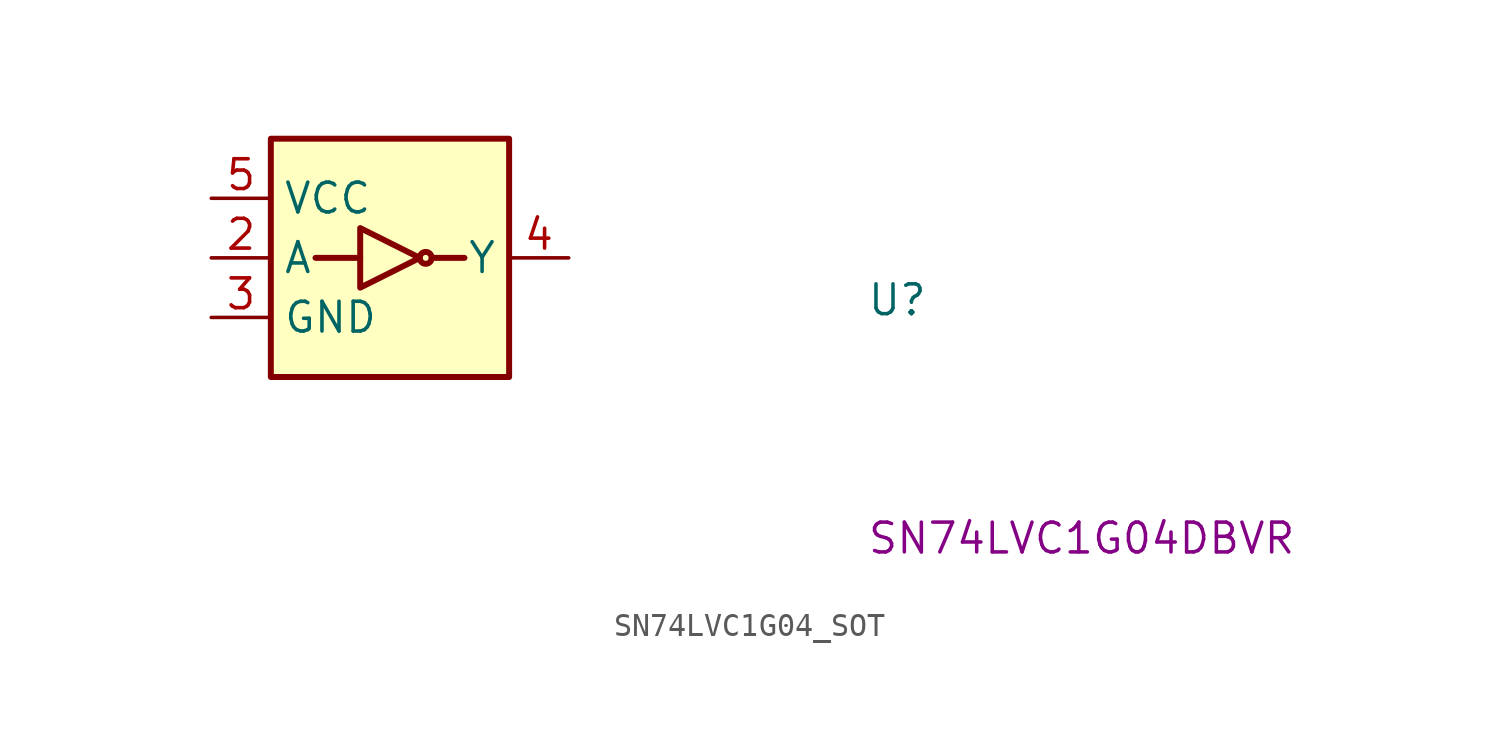
<source format=kicad_sym>
(kicad_symbol_lib
  (version 20211014)
  (generator kicad_symbol_editor)
  (symbol "SN74LVC1G04_SOT"
    (property "Reference" "U"
      (at 27.94 -5.08 0)
      (effects (font (size 1.27 1.27) (thickness 0.15)) (justify left bottom)))
    (property "MPN" "SN74LVC1G04DBVR"
      (at 27.94 -15.24 0)
      (effects (font (size 1.27 1.27) (thickness 0.15)) (justify left bottom)))
    (symbol "SN74LVC1G04_SOT_1_1"
      (polyline (pts (xy 6.35 -2.54) (xy 4.445 -2.54)) (stroke (width 0.254) (type default) (color 0 0 0 0)) (fill (type background)))
      (polyline (pts (xy 10.795 -2.54) (xy 9.398 -2.54)) (stroke (width 0.254) (type default) (color 0 0 0 0)) (fill (type background)))
      (polyline (pts (xy 6.35 -1.27) (xy 6.35 -3.81) (xy 8.89 -2.54) (xy 6.35 -1.27)) (stroke (width 0.254) (type default) (color 0 0 0 0)) (fill (type background)))
      (rectangle (start 2.54 2.54) (end 12.7 -7.62) (stroke (width 0.254) (type default) (color 0 0 0 0)) (fill (type background)))
      (circle (center 9.144 -2.54) (radius 0.254) (stroke (width 0.254) (type default) (color 0 0 0 0)) (fill (type none)))
      (pin no_connect line (at 12.7 -5.08 180) (length 2.54) hide (name "NC" (effects (font (size 1.27 1.27)))) (number "1" (effects (font (size 1.27 1.27)))))
      (pin input line (at 0 -2.54 0) (length 2.54) (name "A" (effects (font (size 1.27 1.27)))) (number "2" (effects (font (size 1.27 1.27)))))
      (pin power_in line (at 0 -5.08 0) (length 2.54) (name "GND" (effects (font (size 1.27 1.27)))) (number "3" (effects (font (size 1.27 1.27)))))
      (pin output line (at 15.24 -2.54 180) (length 2.54) (name "Y" (effects (font (size 1.27 1.27)))) (number "4" (effects (font (size 1.27 1.27)))))
      (pin power_in line (at 0 0 0) (length 2.54) (name "VCC" (effects (font (size 1.27 1.27)))) (number "5" (effects (font (size 1.27 1.27))))))))
</source>
